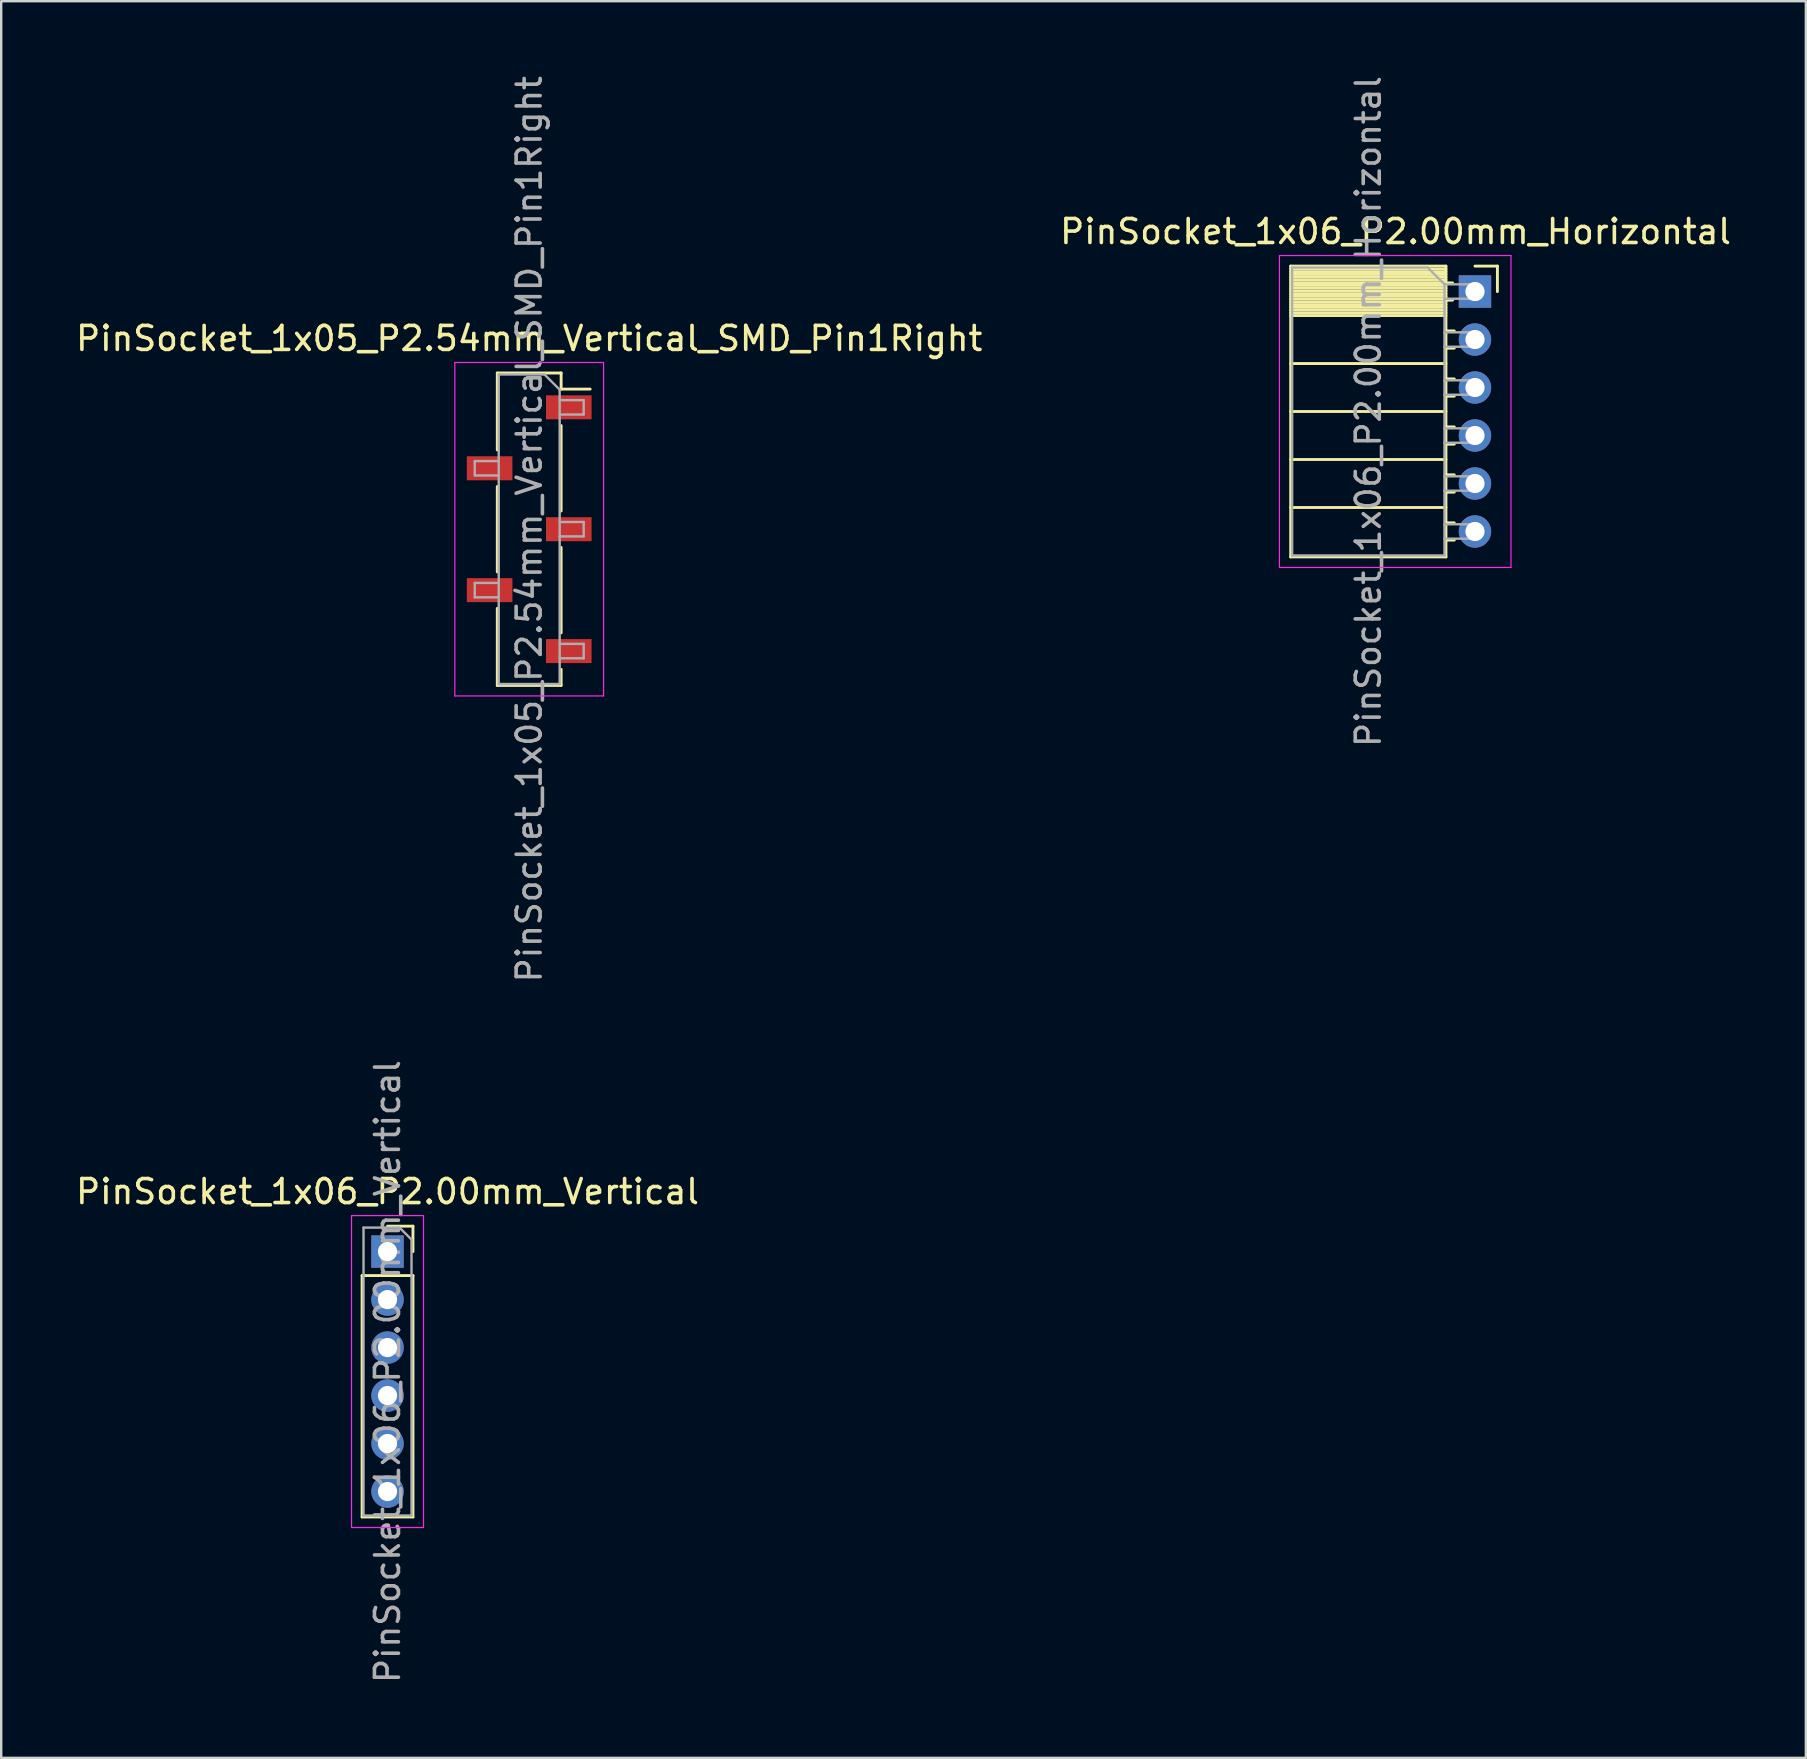
<source format=kicad_pcb>
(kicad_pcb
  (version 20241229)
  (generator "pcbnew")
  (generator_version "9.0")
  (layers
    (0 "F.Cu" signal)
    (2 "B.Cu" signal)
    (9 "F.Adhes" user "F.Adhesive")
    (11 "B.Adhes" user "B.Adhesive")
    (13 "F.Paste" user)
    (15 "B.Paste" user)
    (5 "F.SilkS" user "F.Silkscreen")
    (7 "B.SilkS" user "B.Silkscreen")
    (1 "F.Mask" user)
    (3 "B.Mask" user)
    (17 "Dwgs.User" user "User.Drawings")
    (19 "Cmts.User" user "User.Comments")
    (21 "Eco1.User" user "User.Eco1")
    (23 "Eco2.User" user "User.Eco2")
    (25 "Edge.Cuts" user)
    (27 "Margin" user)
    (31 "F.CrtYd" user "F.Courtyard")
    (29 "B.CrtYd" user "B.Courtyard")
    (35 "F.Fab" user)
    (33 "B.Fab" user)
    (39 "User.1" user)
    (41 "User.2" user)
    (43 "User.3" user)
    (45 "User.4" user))
  (footprint "PinSocket_1x05_P2.54mm_Vertical_SMD_Pin1Right"
    (layer "F.Cu")
    (at 19.006 19.006)
    (property "Reference" "PinSocket_1x05_P2.54mm_Vertical_SMD_Pin1Right" (at 0 -7.95 0) (layer "F.SilkS") (effects (font (size 1 1) (thickness 0.15))))
    (attr smd)
    (fp_line (start -1.33 -6.51) (end -1.33 -3.3) (stroke (width 0.12) (type solid)) (layer "F.SilkS"))
    (fp_line (start -1.33 -6.51) (end 1.33 -6.51) (stroke (width 0.12) (type solid)) (layer "F.SilkS"))
    (fp_line (start -1.33 -1.78) (end -1.33 1.78) (stroke (width 0.12) (type solid)) (layer "F.SilkS"))
    (fp_line (start -1.33 3.3) (end -1.33 6.51) (stroke (width 0.12) (type solid)) (layer "F.SilkS"))
    (fp_line (start -1.33 6.51) (end 1.33 6.51) (stroke (width 0.12) (type solid)) (layer "F.SilkS"))
    (fp_line (start 1.33 -6.51) (end 1.33 -5.84) (stroke (width 0.12) (type solid)) (layer "F.SilkS"))
    (fp_line (start 1.33 -5.84) (end 2.54 -5.84) (stroke (width 0.12) (type solid)) (layer "F.SilkS"))
    (fp_line (start 1.33 -4.32) (end 1.33 -0.76) (stroke (width 0.12) (type solid)) (layer "F.SilkS"))
    (fp_line (start 1.33 0.76) (end 1.33 4.32) (stroke (width 0.12) (type solid)) (layer "F.SilkS"))
    (fp_line (start 1.33 5.84) (end 1.33 6.51) (stroke (width 0.12) (type solid)) (layer "F.SilkS"))
    (fp_line (start -3.1 -6.95) (end 3.1 -6.95) (stroke (width 0.05) (type solid)) (layer "F.CrtYd"))
    (fp_line (start -3.1 6.95) (end -3.1 -6.95) (stroke (width 0.05) (type solid)) (layer "F.CrtYd"))
    (fp_line (start 3.1 -6.95) (end 3.1 6.95) (stroke (width 0.05) (type solid)) (layer "F.CrtYd"))
    (fp_line (start 3.1 6.95) (end -3.1 6.95) (stroke (width 0.05) (type solid)) (layer "F.CrtYd"))
    (fp_line (start -2.27 -2.84) (end -1.27 -2.84) (stroke (width 0.1) (type solid)) (layer "F.Fab"))
    (fp_line (start -2.27 -2.24) (end -2.27 -2.84) (stroke (width 0.1) (type solid)) (layer "F.Fab"))
    (fp_line (start -2.27 2.24) (end -1.27 2.24) (stroke (width 0.1) (type solid)) (layer "F.Fab"))
    (fp_line (start -2.27 2.84) (end -2.27 2.24) (stroke (width 0.1) (type solid)) (layer "F.Fab"))
    (fp_line (start -1.27 -6.45) (end 0.635 -6.45) (stroke (width 0.1) (type solid)) (layer "F.Fab"))
    (fp_line (start -1.27 -2.24) (end -2.27 -2.24) (stroke (width 0.1) (type solid)) (layer "F.Fab"))
    (fp_line (start -1.27 2.84) (end -2.27 2.84) (stroke (width 0.1) (type solid)) (layer "F.Fab"))
    (fp_line (start -1.27 6.45) (end -1.27 -6.45) (stroke (width 0.1) (type solid)) (layer "F.Fab"))
    (fp_line (start 0.635 -6.45) (end 1.27 -5.815) (stroke (width 0.1) (type solid)) (layer "F.Fab"))
    (fp_line (start 1.27 -5.815) (end 1.27 6.45) (stroke (width 0.1) (type solid)) (layer "F.Fab"))
    (fp_line (start 1.27 -5.38) (end 2.27 -5.38) (stroke (width 0.1) (type solid)) (layer "F.Fab"))
    (fp_line (start 1.27 -0.3) (end 2.27 -0.3) (stroke (width 0.1) (type solid)) (layer "F.Fab"))
    (fp_line (start 1.27 4.78) (end 2.27 4.78) (stroke (width 0.1) (type solid)) (layer "F.Fab"))
    (fp_line (start 1.27 6.45) (end -1.27 6.45) (stroke (width 0.1) (type solid)) (layer "F.Fab"))
    (fp_line (start 2.27 -5.38) (end 2.27 -4.78) (stroke (width 0.1) (type solid)) (layer "F.Fab"))
    (fp_line (start 2.27 -4.78) (end 1.27 -4.78) (stroke (width 0.1) (type solid)) (layer "F.Fab"))
    (fp_line (start 2.27 -0.3) (end 2.27 0.3) (stroke (width 0.1) (type solid)) (layer "F.Fab"))
    (fp_line (start 2.27 0.3) (end 1.27 0.3) (stroke (width 0.1) (type solid)) (layer "F.Fab"))
    (fp_line (start 2.27 4.78) (end 2.27 5.38) (stroke (width 0.1) (type solid)) (layer "F.Fab"))
    (fp_line (start 2.27 5.38) (end 1.27 5.38) (stroke (width 0.1) (type solid)) (layer "F.Fab"))
    (fp_text user "${REFERENCE}" (at 0 0 90) (layer "F.Fab") (effects (font (size 1 1) (thickness 0.15))))
    (pad "1" smd rect (at 1.65 -5.08) (size 1.9 1) (layers "F.Cu" "F.Mask" "F.Paste"))
    (pad "2" smd rect (at -1.65 -2.54) (size 1.9 1) (layers "F.Cu" "F.Mask" "F.Paste"))
    (pad "3" smd rect (at 1.65 0) (size 1.9 1) (layers "F.Cu" "F.Mask" "F.Paste"))
    (pad "4" smd rect (at -1.65 2.54) (size 1.9 1) (layers "F.Cu" "F.Mask" "F.Paste"))
    (pad "5" smd rect (at 1.65 5.08) (size 1.9 1) (layers "F.Cu" "F.Mask" "F.Paste")))
  (footprint "PinSocket_1x06_P2.00mm_Vertical"
    (layer "F.Cu")
    (at 13.101 49.113)
    (property "Reference" "PinSocket_1x06_P2.00mm_Vertical" (at 0 -2.5 0) (layer "F.SilkS") (effects (font (size 1 1) (thickness 0.15))))
    (attr through_hole)
    (fp_line (start -1.06 1) (end -1.06 11.06) (stroke (width 0.12) (type solid)) (layer "F.SilkS"))
    (fp_line (start -1.06 1) (end 1.06 1) (stroke (width 0.12) (type solid)) (layer "F.SilkS"))
    (fp_line (start -1.06 11.06) (end 1.06 11.06) (stroke (width 0.12) (type solid)) (layer "F.SilkS"))
    (fp_line (start 0 -1.06) (end 1.06 -1.06) (stroke (width 0.12) (type solid)) (layer "F.SilkS"))
    (fp_line (start 1.06 -1.06) (end 1.06 0) (stroke (width 0.12) (type solid)) (layer "F.SilkS"))
    (fp_line (start 1.06 1) (end 1.06 11.06) (stroke (width 0.12) (type solid)) (layer "F.SilkS"))
    (fp_line (start -1.5 -1.5) (end 1.5 -1.5) (stroke (width 0.05) (type solid)) (layer "F.CrtYd"))
    (fp_line (start -1.5 11.5) (end -1.5 -1.5) (stroke (width 0.05) (type solid)) (layer "F.CrtYd"))
    (fp_line (start 1.5 -1.5) (end 1.5 11.5) (stroke (width 0.05) (type solid)) (layer "F.CrtYd"))
    (fp_line (start 1.5 11.5) (end -1.5 11.5) (stroke (width 0.05) (type solid)) (layer "F.CrtYd"))
    (fp_line (start -1 -1) (end 0.5 -1) (stroke (width 0.1) (type solid)) (layer "F.Fab"))
    (fp_line (start -1 11) (end -1 -1) (stroke (width 0.1) (type solid)) (layer "F.Fab"))
    (fp_line (start 0.5 -1) (end 1 -0.5) (stroke (width 0.1) (type solid)) (layer "F.Fab"))
    (fp_line (start 1 -0.5) (end 1 11) (stroke (width 0.1) (type solid)) (layer "F.Fab"))
    (fp_line (start 1 11) (end -1 11) (stroke (width 0.1) (type solid)) (layer "F.Fab"))
    (fp_text user "${REFERENCE}" (at 0 5 90) (layer "F.Fab") (effects (font (size 1 1) (thickness 0.15))))
    (pad "1" thru_hole rect (at 0 0) (size 1.35 1.35) (drill 0.8) (layers "*.Cu" "*.Mask"))
    (pad "2" thru_hole oval (at 0 2) (size 1.35 1.35) (drill 0.8) (layers "*.Cu" "*.Mask"))
    (pad "3" thru_hole oval (at 0 4) (size 1.35 1.35) (drill 0.8) (layers "*.Cu" "*.Mask"))
    (pad "4" thru_hole oval (at 0 6) (size 1.35 1.35) (drill 0.8) (layers "*.Cu" "*.Mask"))
    (pad "5" thru_hole oval (at 0 8) (size 1.35 1.35) (drill 0.8) (layers "*.Cu" "*.Mask"))
    (pad "6" thru_hole oval (at 0 10) (size 1.35 1.35) (drill 0.8) (layers "*.Cu" "*.Mask")))
  (footprint "PinSocket_1x06_P2.00mm_Horizontal"
    (layer "F.Cu")
    (at 58.423 9.101)
    (property "Reference" "PinSocket_1x06_P2.00mm_Horizontal" (at -3.31 -2.5 0) (layer "F.SilkS") (effects (font (size 1 1) (thickness 0.15))))
    (attr through_hole)
    (fp_line (start -7.68 -1.06) (end -7.68 11.06) (stroke (width 0.12) (type solid)) (layer "F.SilkS"))
    (fp_line (start -7.68 -1.06) (end -1.21 -1.06) (stroke (width 0.12) (type solid)) (layer "F.SilkS"))
    (fp_line (start -7.68 -0.94) (end -1.21 -0.94) (stroke (width 0.12) (type solid)) (layer "F.SilkS"))
    (fp_line (start -7.68 -0.826) (end -1.21 -0.826) (stroke (width 0.12) (type solid)) (layer "F.SilkS"))
    (fp_line (start -7.68 -0.712) (end -1.21 -0.712) (stroke (width 0.12) (type solid)) (layer "F.SilkS"))
    (fp_line (start -7.68 -0.598) (end -1.21 -0.598) (stroke (width 0.12) (type solid)) (layer "F.SilkS"))
    (fp_line (start -7.68 -0.484) (end -1.21 -0.484) (stroke (width 0.12) (type solid)) (layer "F.SilkS"))
    (fp_line (start -7.68 -0.369) (end -1.21 -0.369) (stroke (width 0.12) (type solid)) (layer "F.SilkS"))
    (fp_line (start -7.68 -0.255) (end -1.21 -0.255) (stroke (width 0.12) (type solid)) (layer "F.SilkS"))
    (fp_line (start -7.68 -0.141) (end -1.21 -0.141) (stroke (width 0.12) (type solid)) (layer "F.SilkS"))
    (fp_line (start -7.68 -0.027) (end -1.21 -0.027) (stroke (width 0.12) (type solid)) (layer "F.SilkS"))
    (fp_line (start -7.68 0.087) (end -1.21 0.087) (stroke (width 0.12) (type solid)) (layer "F.SilkS"))
    (fp_line (start -7.68 0.201) (end -1.21 0.201) (stroke (width 0.12) (type solid)) (layer "F.SilkS"))
    (fp_line (start -7.68 0.315) (end -1.21 0.315) (stroke (width 0.12) (type solid)) (layer "F.SilkS"))
    (fp_line (start -7.68 0.429) (end -1.21 0.429) (stroke (width 0.12) (type solid)) (layer "F.SilkS"))
    (fp_line (start -7.68 0.544) (end -1.21 0.544) (stroke (width 0.12) (type solid)) (layer "F.SilkS"))
    (fp_line (start -7.68 0.658) (end -1.21 0.658) (stroke (width 0.12) (type solid)) (layer "F.SilkS"))
    (fp_line (start -7.68 0.772) (end -1.21 0.772) (stroke (width 0.12) (type solid)) (layer "F.SilkS"))
    (fp_line (start -7.68 0.886) (end -1.21 0.886) (stroke (width 0.12) (type solid)) (layer "F.SilkS"))
    (fp_line (start -7.68 1) (end -1.21 1) (stroke (width 0.12) (type solid)) (layer "F.SilkS"))
    (fp_line (start -7.68 3) (end -1.21 3) (stroke (width 0.12) (type solid)) (layer "F.SilkS"))
    (fp_line (start -7.68 5) (end -1.21 5) (stroke (width 0.12) (type solid)) (layer "F.SilkS"))
    (fp_line (start -7.68 7) (end -1.21 7) (stroke (width 0.12) (type solid)) (layer "F.SilkS"))
    (fp_line (start -7.68 9) (end -1.21 9) (stroke (width 0.12) (type solid)) (layer "F.SilkS"))
    (fp_line (start -7.68 11.06) (end -1.21 11.06) (stroke (width 0.12) (type solid)) (layer "F.SilkS"))
    (fp_line (start -1.21 -1.06) (end -1.21 11.06) (stroke (width 0.12) (type solid)) (layer "F.SilkS"))
    (fp_line (start -1.21 -0.36) (end -0.935 -0.36) (stroke (width 0.12) (type solid)) (layer "F.SilkS"))
    (fp_line (start -1.21 0.36) (end -0.935 0.36) (stroke (width 0.12) (type solid)) (layer "F.SilkS"))
    (fp_line (start -1.21 1.64) (end -0.863 1.64) (stroke (width 0.12) (type solid)) (layer "F.SilkS"))
    (fp_line (start -1.21 2.36) (end -0.863 2.36) (stroke (width 0.12) (type solid)) (layer "F.SilkS"))
    (fp_line (start -1.21 3.64) (end -0.863 3.64) (stroke (width 0.12) (type solid)) (layer "F.SilkS"))
    (fp_line (start -1.21 4.36) (end -0.863 4.36) (stroke (width 0.12) (type solid)) (layer "F.SilkS"))
    (fp_line (start -1.21 5.64) (end -0.863 5.64) (stroke (width 0.12) (type solid)) (layer "F.SilkS"))
    (fp_line (start -1.21 6.36) (end -0.863 6.36) (stroke (width 0.12) (type solid)) (layer "F.SilkS"))
    (fp_line (start -1.21 7.64) (end -0.863 7.64) (stroke (width 0.12) (type solid)) (layer "F.SilkS"))
    (fp_line (start -1.21 8.36) (end -0.863 8.36) (stroke (width 0.12) (type solid)) (layer "F.SilkS"))
    (fp_line (start -1.21 9.64) (end -0.863 9.64) (stroke (width 0.12) (type solid)) (layer "F.SilkS"))
    (fp_line (start -1.21 10.36) (end -0.863 10.36) (stroke (width 0.12) (type solid)) (layer "F.SilkS"))
    (fp_line (start 0 -1.06) (end 0.935 -1.06) (stroke (width 0.12) (type solid)) (layer "F.SilkS"))
    (fp_line (start 0.935 -1.06) (end 0.935 0) (stroke (width 0.12) (type solid)) (layer "F.SilkS"))
    (fp_line (start -8.15 -1.5) (end -8.15 11.5) (stroke (width 0.05) (type solid)) (layer "F.CrtYd"))
    (fp_line (start -8.15 11.5) (end 1.5 11.5) (stroke (width 0.05) (type solid)) (layer "F.CrtYd"))
    (fp_line (start 1.5 -1.5) (end -8.15 -1.5) (stroke (width 0.05) (type solid)) (layer "F.CrtYd"))
    (fp_line (start 1.5 11.5) (end 1.5 -1.5) (stroke (width 0.05) (type solid)) (layer "F.CrtYd"))
    (fp_line (start -7.62 -1) (end -1.97 -1) (stroke (width 0.1) (type solid)) (layer "F.Fab"))
    (fp_line (start -7.62 11) (end -7.62 -1) (stroke (width 0.1) (type solid)) (layer "F.Fab"))
    (fp_line (start -1.97 -1) (end -1.27 -0.3) (stroke (width 0.1) (type solid)) (layer "F.Fab"))
    (fp_line (start -1.27 -0.3) (end -1.27 11) (stroke (width 0.1) (type solid)) (layer "F.Fab"))
    (fp_line (start -1.27 0.3) (end 0 0.3) (stroke (width 0.1) (type solid)) (layer "F.Fab"))
    (fp_line (start -1.27 2.3) (end 0 2.3) (stroke (width 0.1) (type solid)) (layer "F.Fab"))
    (fp_line (start -1.27 4.3) (end 0 4.3) (stroke (width 0.1) (type solid)) (layer "F.Fab"))
    (fp_line (start -1.27 6.3) (end 0 6.3) (stroke (width 0.1) (type solid)) (layer "F.Fab"))
    (fp_line (start -1.27 8.3) (end 0 8.3) (stroke (width 0.1) (type solid)) (layer "F.Fab"))
    (fp_line (start -1.27 10.3) (end 0 10.3) (stroke (width 0.1) (type solid)) (layer "F.Fab"))
    (fp_line (start -1.27 11) (end -7.62 11) (stroke (width 0.1) (type solid)) (layer "F.Fab"))
    (fp_line (start 0 -0.3) (end -1.27 -0.3) (stroke (width 0.1) (type solid)) (layer "F.Fab"))
    (fp_line (start 0 0.3) (end 0 -0.3) (stroke (width 0.1) (type solid)) (layer "F.Fab"))
    (fp_line (start 0 1.7) (end -1.27 1.7) (stroke (width 0.1) (type solid)) (layer "F.Fab"))
    (fp_line (start 0 2.3) (end 0 1.7) (stroke (width 0.1) (type solid)) (layer "F.Fab"))
    (fp_line (start 0 3.7) (end -1.27 3.7) (stroke (width 0.1) (type solid)) (layer "F.Fab"))
    (fp_line (start 0 4.3) (end 0 3.7) (stroke (width 0.1) (type solid)) (layer "F.Fab"))
    (fp_line (start 0 5.7) (end -1.27 5.7) (stroke (width 0.1) (type solid)) (layer "F.Fab"))
    (fp_line (start 0 6.3) (end 0 5.7) (stroke (width 0.1) (type solid)) (layer "F.Fab"))
    (fp_line (start 0 7.7) (end -1.27 7.7) (stroke (width 0.1) (type solid)) (layer "F.Fab"))
    (fp_line (start 0 8.3) (end 0 7.7) (stroke (width 0.1) (type solid)) (layer "F.Fab"))
    (fp_line (start 0 9.7) (end -1.27 9.7) (stroke (width 0.1) (type solid)) (layer "F.Fab"))
    (fp_line (start 0 10.3) (end 0 9.7) (stroke (width 0.1) (type solid)) (layer "F.Fab"))
    (fp_text user "${REFERENCE}" (at -4.445 5 90) (layer "F.Fab") (effects (font (size 1 1) (thickness 0.15))))
    (pad "1" thru_hole rect (at 0 0) (size 1.35 1.35) (drill 0.8) (layers "*.Cu" "*.Mask"))
    (pad "2" thru_hole oval (at 0 2) (size 1.35 1.35) (drill 0.8) (layers "*.Cu" "*.Mask"))
    (pad "3" thru_hole oval (at 0 4) (size 1.35 1.35) (drill 0.8) (layers "*.Cu" "*.Mask"))
    (pad "4" thru_hole oval (at 0 6) (size 1.35 1.35) (drill 0.8) (layers "*.Cu" "*.Mask"))
    (pad "5" thru_hole oval (at 0 8) (size 1.35 1.35) (drill 0.8) (layers "*.Cu" "*.Mask"))
    (pad "6" thru_hole oval (at 0 10) (size 1.35 1.35) (drill 0.8) (layers "*.Cu" "*.Mask")))
  (gr_rect
    (start -3 -3)
    (end 72.214 70.214)
    (stroke (width 0.1) (type default))
    (fill no)
    (layer "Edge.Cuts")))
</source>
